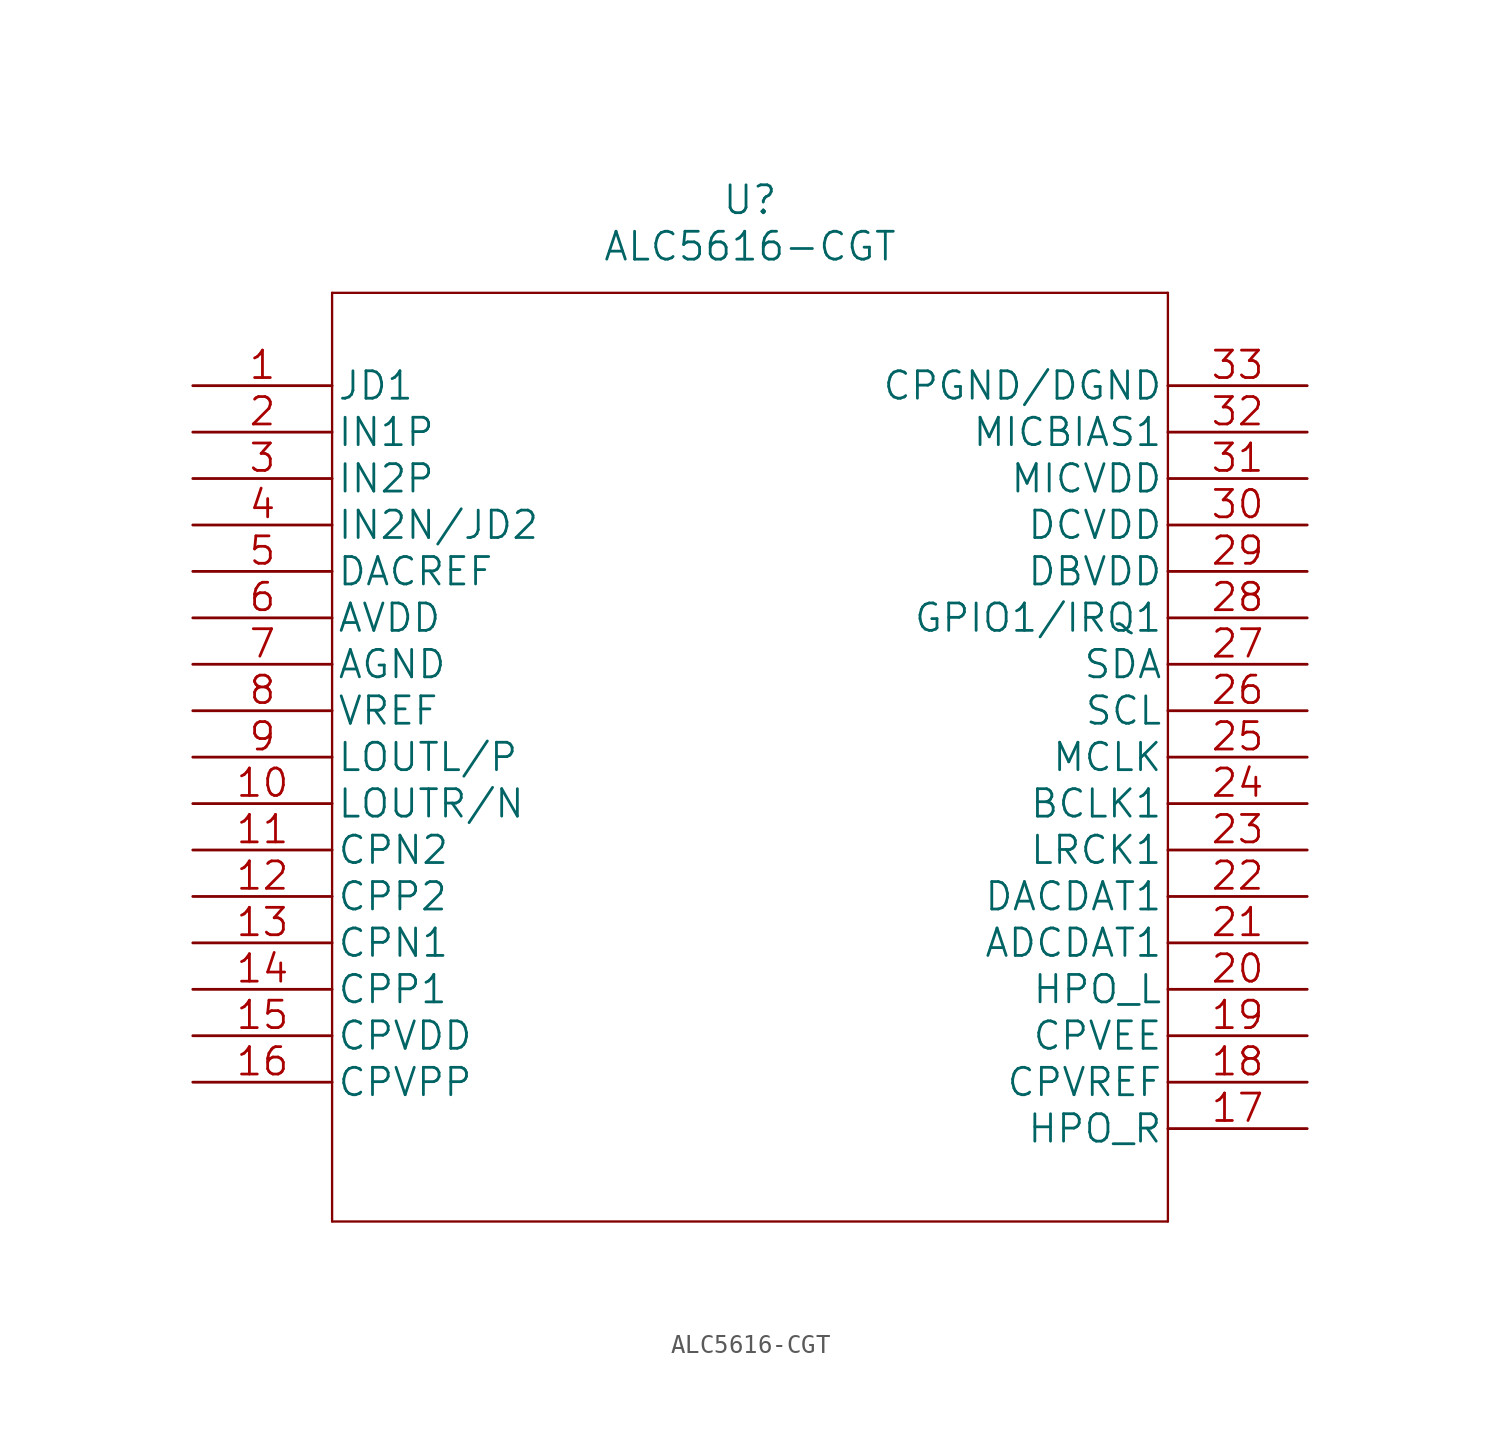
<source format=kicad_sym>
(kicad_symbol_lib
  (version 20211014)
  (generator kicad_symbol_editor)
  (symbol "ALC5616-CGT"
    (pin_names
      (offset 0.254))
    (property "Reference" "U"
      (at 30.48 10.16 0)
      (effects (font (size 1.524 1.524))))
    (property "Value" "ALC5616-CGT"
      (at 30.48 7.62 0)
      (effects (font (size 1.524 1.524))))
    (property "Datasheet" ""
      (at 0 0 0)
      (effects (font (size 1.524 1.524))))
    (symbol "ALC5616-CGT_1_1"
      (polyline (pts (xy 7.62 -45.72) (xy 53.34 -45.72)) (stroke (width 0.127) (type default) (color 0 0 0 0)) (fill (type none)))
      (polyline (pts (xy 7.62 5.08) (xy 7.62 -45.72)) (stroke (width 0.127) (type default) (color 0 0 0 0)) (fill (type none)))
      (polyline (pts (xy 53.34 -45.72) (xy 53.34 5.08)) (stroke (width 0.127) (type default) (color 0 0 0 0)) (fill (type none)))
      (polyline (pts (xy 53.34 5.08) (xy 7.62 5.08)) (stroke (width 0.127) (type default) (color 0 0 0 0)) (fill (type none)))
      (pin input line (at 0 0 0) (length 7.62) (name "JD1" (effects (font (size 1.499 1.499)))) (number "1" (effects (font (size 1.499 1.499)))))
      (pin output line (at 0 -22.86 0) (length 7.62) (name "LOUTR/N" (effects (font (size 1.499 1.499)))) (number "10" (effects (font (size 1.499 1.499)))))
      (pin bidirectional line (at 0 -25.4 0) (length 7.62) (name "CPN2" (effects (font (size 1.499 1.499)))) (number "11" (effects (font (size 1.499 1.499)))))
      (pin bidirectional line (at 0 -27.94 0) (length 7.62) (name "CPP2" (effects (font (size 1.499 1.499)))) (number "12" (effects (font (size 1.499 1.499)))))
      (pin bidirectional line (at 0 -30.48 0) (length 7.62) (name "CPN1" (effects (font (size 1.499 1.499)))) (number "13" (effects (font (size 1.499 1.499)))))
      (pin bidirectional line (at 0 -33.02 0) (length 7.62) (name "CPP1" (effects (font (size 1.499 1.499)))) (number "14" (effects (font (size 1.499 1.499)))))
      (pin power_in line (at 0 -35.56 0) (length 7.62) (name "CPVDD" (effects (font (size 1.499 1.499)))) (number "15" (effects (font (size 1.499 1.499)))))
      (pin power_in line (at 0 -38.1 0) (length 7.62) (name "CPVPP" (effects (font (size 1.499 1.499)))) (number "16" (effects (font (size 1.499 1.499)))))
      (pin output line (at 60.96 -40.64 180) (length 7.62) (name "HPO_R" (effects (font (size 1.499 1.499)))) (number "17" (effects (font (size 1.499 1.499)))))
      (pin power_in line (at 60.96 -38.1 180) (length 7.62) (name "CPVREF" (effects (font (size 1.499 1.499)))) (number "18" (effects (font (size 1.499 1.499)))))
      (pin power_in line (at 60.96 -35.56 180) (length 7.62) (name "CPVEE" (effects (font (size 1.499 1.499)))) (number "19" (effects (font (size 1.499 1.499)))))
      (pin input line (at 0 -2.54 0) (length 7.62) (name "IN1P" (effects (font (size 1.499 1.499)))) (number "2" (effects (font (size 1.499 1.499)))))
      (pin output line (at 60.96 -33.02 180) (length 7.62) (name "HPO_L" (effects (font (size 1.499 1.499)))) (number "20" (effects (font (size 1.499 1.499)))))
      (pin output line (at 60.96 -30.48 180) (length 7.62) (name "ADCDAT1" (effects (font (size 1.499 1.499)))) (number "21" (effects (font (size 1.499 1.499)))))
      (pin input line (at 60.96 -27.94 180) (length 7.62) (name "DACDAT1" (effects (font (size 1.499 1.499)))) (number "22" (effects (font (size 1.499 1.499)))))
      (pin bidirectional line (at 60.96 -25.4 180) (length 7.62) (name "LRCK1" (effects (font (size 1.499 1.499)))) (number "23" (effects (font (size 1.499 1.499)))))
      (pin bidirectional line (at 60.96 -22.86 180) (length 7.62) (name "BCLK1" (effects (font (size 1.499 1.499)))) (number "24" (effects (font (size 1.499 1.499)))))
      (pin input line (at 60.96 -20.32 180) (length 7.62) (name "MCLK" (effects (font (size 1.499 1.499)))) (number "25" (effects (font (size 1.499 1.499)))))
      (pin input line (at 60.96 -17.78 180) (length 7.62) (name "SCL" (effects (font (size 1.499 1.499)))) (number "26" (effects (font (size 1.499 1.499)))))
      (pin bidirectional line (at 60.96 -15.24 180) (length 7.62) (name "SDA" (effects (font (size 1.499 1.499)))) (number "27" (effects (font (size 1.499 1.499)))))
      (pin bidirectional line (at 60.96 -12.7 180) (length 7.62) (name "GPIO1/IRQ1" (effects (font (size 1.499 1.499)))) (number "28" (effects (font (size 1.499 1.499)))))
      (pin power_in line (at 60.96 -10.16 180) (length 7.62) (name "DBVDD" (effects (font (size 1.499 1.499)))) (number "29" (effects (font (size 1.499 1.499)))))
      (pin input line (at 0 -5.08 0) (length 7.62) (name "IN2P" (effects (font (size 1.499 1.499)))) (number "3" (effects (font (size 1.499 1.499)))))
      (pin power_in line (at 60.96 -7.62 180) (length 7.62) (name "DCVDD" (effects (font (size 1.499 1.499)))) (number "30" (effects (font (size 1.499 1.499)))))
      (pin power_in line (at 60.96 -5.08 180) (length 7.62) (name "MICVDD" (effects (font (size 1.499 1.499)))) (number "31" (effects (font (size 1.499 1.499)))))
      (pin output line (at 60.96 -2.54 180) (length 7.62) (name "MICBIAS1" (effects (font (size 1.499 1.499)))) (number "32" (effects (font (size 1.499 1.499)))))
      (pin power_in line (at 60.96 0 180) (length 7.62) (name "CPGND/DGND" (effects (font (size 1.499 1.499)))) (number "33" (effects (font (size 1.499 1.499)))))
      (pin input line (at 0 -7.62 0) (length 7.62) (name "IN2N/JD2" (effects (font (size 1.499 1.499)))) (number "4" (effects (font (size 1.499 1.499)))))
      (pin power_in line (at 0 -10.16 0) (length 7.62) (name "DACREF" (effects (font (size 1.499 1.499)))) (number "5" (effects (font (size 1.499 1.499)))))
      (pin power_in line (at 0 -12.7 0) (length 7.62) (name "AVDD" (effects (font (size 1.499 1.499)))) (number "6" (effects (font (size 1.499 1.499)))))
      (pin power_in line (at 0 -15.24 0) (length 7.62) (name "AGND" (effects (font (size 1.499 1.499)))) (number "7" (effects (font (size 1.499 1.499)))))
      (pin power_in line (at 0 -17.78 0) (length 7.62) (name "VREF" (effects (font (size 1.499 1.499)))) (number "8" (effects (font (size 1.499 1.499)))))
      (pin output line (at 0 -20.32 0) (length 7.62) (name "LOUTL/P" (effects (font (size 1.499 1.499)))) (number "9" (effects (font (size 1.499 1.499))))))))
</source>
